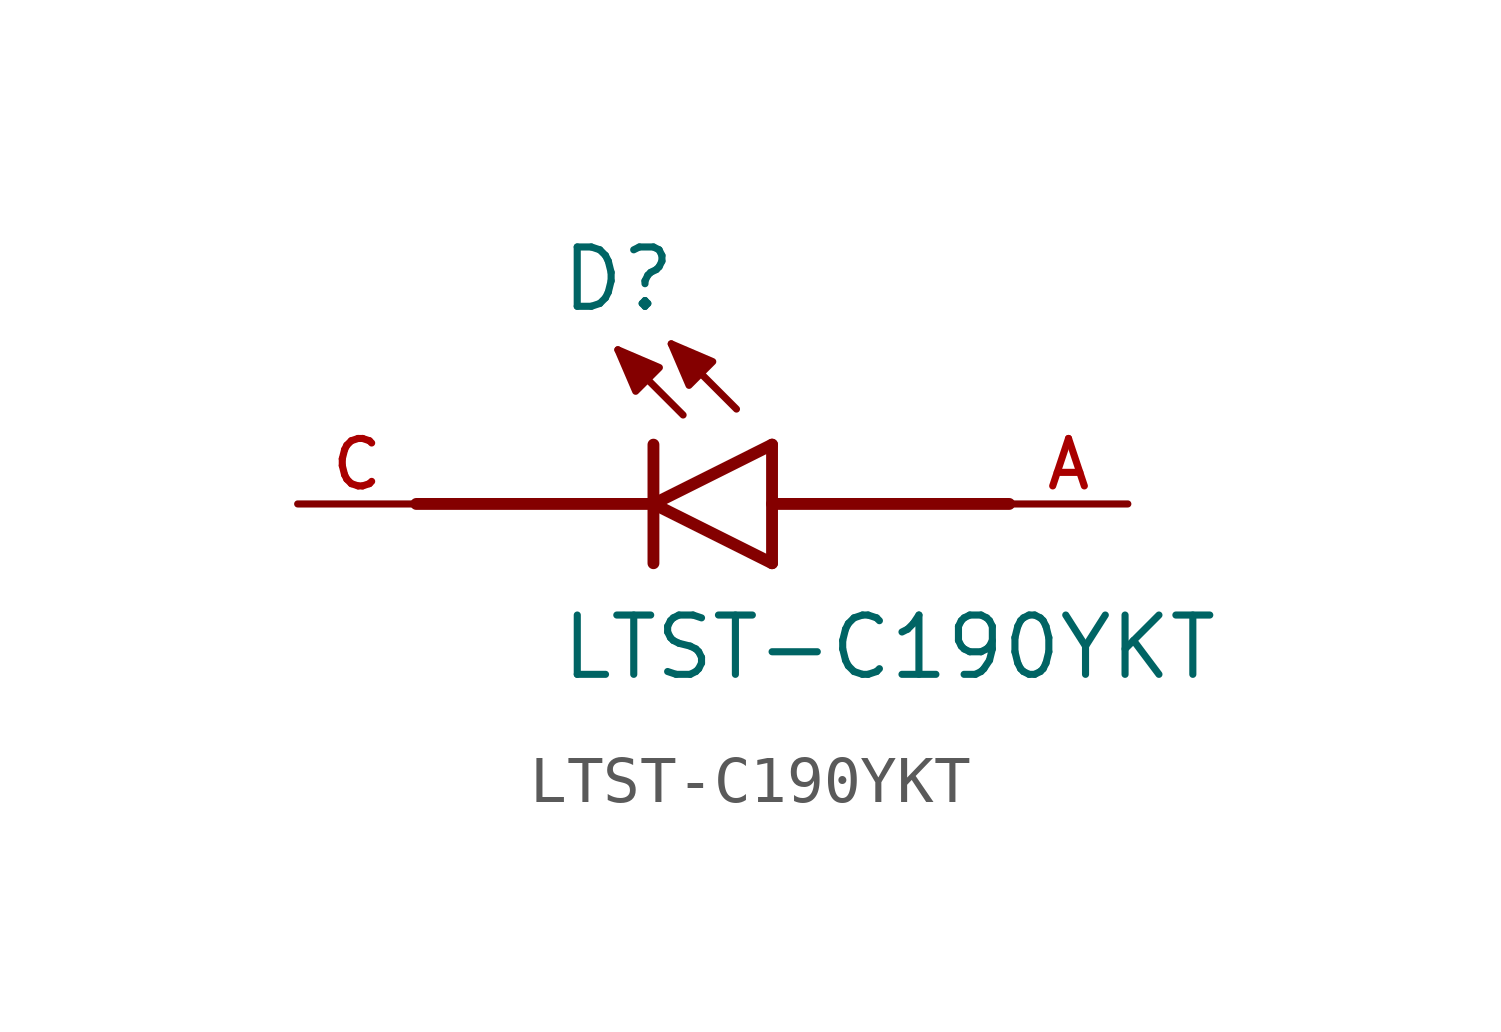
<source format=kicad_sym>
(kicad_symbol_lib
  (version 20211014)
  (generator kicad_symbol_editor)
  (symbol "LTST-C190YKT"
    (pin_names
      (offset 1.016))
    (property "Reference" "D"
      (at -2.035 4.07 0)
      (effects (font (size 1.27 1.27)) (justify bottom left)))
    (property "Value" "LTST-C190YKT"
      (at -2.034 -3.813 0)
      (effects (font (size 1.27 1.27)) (justify bottom left)))
    (symbol "LTST-C190YKT_0_0"
      (polyline (pts (xy 2.54 -1.27) (xy 0.0 0.0)) (stroke (width 0.254)))
      (polyline (pts (xy 0.0 0.0) (xy 2.54 1.27)) (stroke (width 0.254)))
      (polyline (pts (xy 0.0 -1.27) (xy 0.0 0.0)) (stroke (width 0.254)))
      (polyline (pts (xy 0.0 0.0) (xy 0.0 1.27)) (stroke (width 0.254)))
      (polyline (pts (xy 2.54 -1.27) (xy 2.54 1.27)) (stroke (width 0.254)))
      (polyline (pts (xy 1.778 2.032) (xy 0.381 3.429)) (stroke (width 0.152)))
      (polyline (pts (xy 0.635 1.905) (xy -0.762 3.302)) (stroke (width 0.152)))
      (polyline (pts (xy 0.381 3.429) (xy 1.27 3.048) (xy 0.762 2.54) (xy 0.381 3.429)) (stroke (width 0.152)) (fill (type outline)))
      (polyline (pts (xy -0.762 3.302) (xy 0.127 2.921) (xy -0.381 2.413) (xy -0.762 3.302)) (stroke (width 0.152)) (fill (type outline)))
      (polyline (pts (xy -5.08 0.0) (xy 0.0 0.0)) (stroke (width 0.254)))
      (polyline (pts (xy 2.54 0.0) (xy 7.62 0.0)) (stroke (width 0.254)))
      (pin passive line (at -7.62 0.0 0) (length 2.54) (name "~" (effects (font (size 1.016 1.016)))) (number "C" (effects (font (size 1.016 1.016)))))
      (pin passive line (at 10.16 0.0 180.0) (length 2.54) (name "~" (effects (font (size 1.016 1.016)))) (number "A" (effects (font (size 1.016 1.016))))))))
</source>
